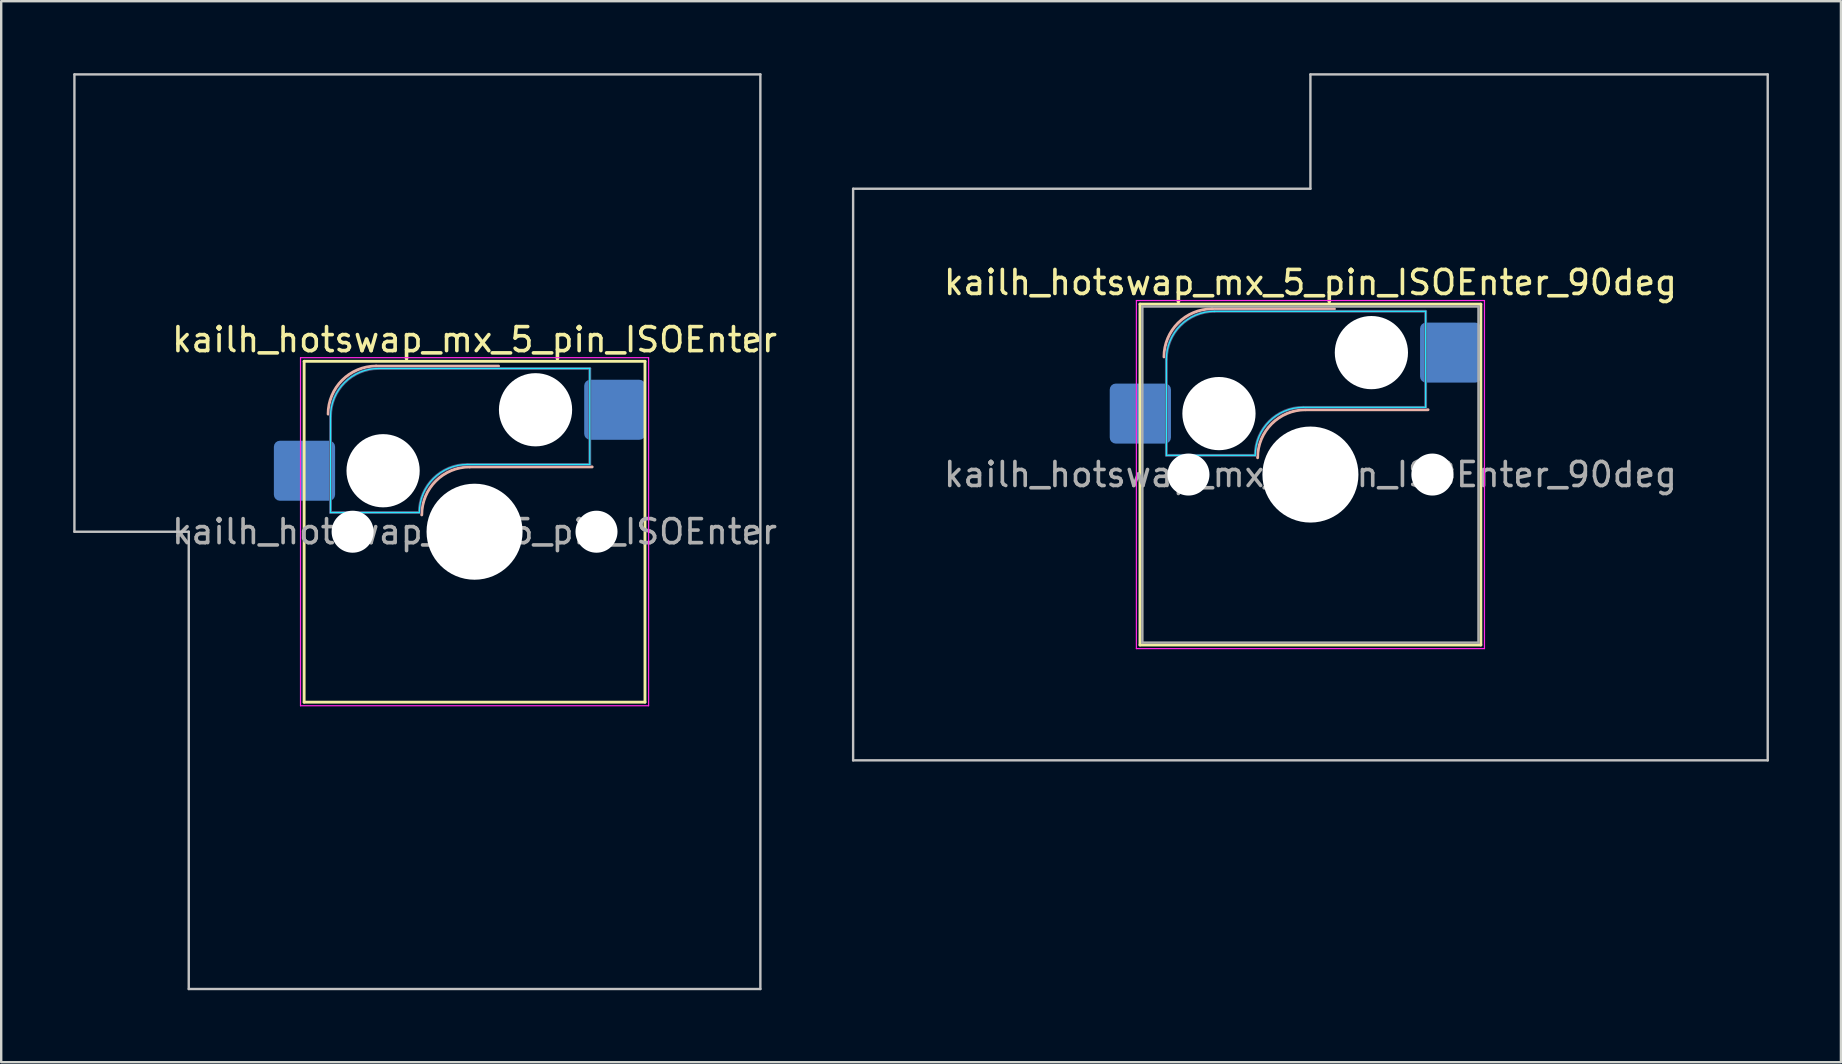
<source format=kicad_pcb>
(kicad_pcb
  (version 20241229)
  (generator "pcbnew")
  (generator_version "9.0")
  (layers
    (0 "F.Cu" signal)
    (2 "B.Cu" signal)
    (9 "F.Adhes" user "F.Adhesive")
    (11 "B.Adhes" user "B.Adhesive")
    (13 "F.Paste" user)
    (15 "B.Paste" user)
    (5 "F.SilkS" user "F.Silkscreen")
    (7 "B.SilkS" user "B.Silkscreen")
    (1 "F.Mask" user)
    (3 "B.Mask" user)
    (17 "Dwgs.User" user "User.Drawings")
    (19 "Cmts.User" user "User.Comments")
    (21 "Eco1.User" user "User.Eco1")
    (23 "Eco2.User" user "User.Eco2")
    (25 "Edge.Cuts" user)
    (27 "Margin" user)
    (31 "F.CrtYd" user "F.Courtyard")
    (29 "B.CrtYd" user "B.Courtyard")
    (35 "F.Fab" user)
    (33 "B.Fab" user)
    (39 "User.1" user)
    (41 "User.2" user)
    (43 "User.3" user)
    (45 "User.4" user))
  (footprint "kailh_hotswap_mx_5_pin_ISOEnter_90deg"
    (layer "F.Cu")
    (at 51.539 16.719)
    (property "Reference" "kailh_hotswap_mx_5_pin_ISOEnter_90deg" (at 0 -8 0) (layer "F.SilkS") (effects (font (size 1 1) (thickness 0.15))))
    (attr smd)
    (fp_line (start -7.1 -7.1) (end -7.1 7.1) (stroke (width 0.12) (type solid)) (layer "F.SilkS"))
    (fp_line (start -7.1 7.1) (end 7.1 7.1) (stroke (width 0.12) (type solid)) (layer "F.SilkS"))
    (fp_line (start 7.1 -7.1) (end -7.1 -7.1) (stroke (width 0.12) (type solid)) (layer "F.SilkS"))
    (fp_line (start 7.1 7.1) (end 7.1 -7.1) (stroke (width 0.12) (type solid)) (layer "F.SilkS"))
    (fp_line (start -4.1 -6.9) (end 1 -6.9) (stroke (width 0.12) (type solid)) (layer "B.SilkS"))
    (fp_line (start -0.2 -2.7) (end 4.9 -2.7) (stroke (width 0.12) (type solid)) (layer "B.SilkS"))
    (fp_arc (start -6.1 -4.9) (mid -5.514214 -6.314214) (end -4.1 -6.9) (stroke (width 0.12) (type solid)) (layer "B.SilkS"))
    (fp_arc (start -2.2 -0.7) (mid -1.614214 -2.114214) (end -0.2 -2.7) (stroke (width 0.12) (type solid)) (layer "B.SilkS"))
    (fp_line (start -19.05 -11.906) (end -19.05 11.906) (stroke (width 0.1) (type solid)) (layer "Dwgs.User"))
    (fp_line (start -19.05 11.906) (end 19.05 11.906) (stroke (width 0.1) (type solid)) (layer "Dwgs.User"))
    (fp_line (start 0 -16.669) (end 0 -11.906) (stroke (width 0.1) (type solid)) (layer "Dwgs.User"))
    (fp_line (start 0 -11.906) (end -19.05 -11.906) (stroke (width 0.1) (type solid)) (layer "Dwgs.User"))
    (fp_line (start 19.05 -16.669) (end 0 -16.669) (stroke (width 0.1) (type solid)) (layer "Dwgs.User"))
    (fp_line (start 19.05 11.906) (end 19.05 -16.669) (stroke (width 0.1) (type solid)) (layer "Dwgs.User"))
    (fp_line (start -7.8 -6) (end -7 -6) (stroke (width 0.1) (type solid)) (layer "Eco1.User"))
    (fp_line (start -7.8 -2.9) (end -7.8 -6) (stroke (width 0.1) (type solid)) (layer "Eco1.User"))
    (fp_line (start -7.8 2.9) (end -7 2.9) (stroke (width 0.1) (type solid)) (layer "Eco1.User"))
    (fp_line (start -7.8 6) (end -7.8 2.9) (stroke (width 0.1) (type solid)) (layer "Eco1.User"))
    (fp_line (start -7 -7) (end 7 -7) (stroke (width 0.1) (type solid)) (layer "Eco1.User"))
    (fp_line (start -7 -6) (end -7 -7) (stroke (width 0.1) (type solid)) (layer "Eco1.User"))
    (fp_line (start -7 -2.9) (end -7.8 -2.9) (stroke (width 0.1) (type solid)) (layer "Eco1.User"))
    (fp_line (start -7 2.9) (end -7 -2.9) (stroke (width 0.1) (type solid)) (layer "Eco1.User"))
    (fp_line (start -7 6) (end -7.8 6) (stroke (width 0.1) (type solid)) (layer "Eco1.User"))
    (fp_line (start -7 7) (end -7 6) (stroke (width 0.1) (type solid)) (layer "Eco1.User"))
    (fp_line (start 7 -7) (end 7 -6) (stroke (width 0.1) (type solid)) (layer "Eco1.User"))
    (fp_line (start 7 -6) (end 7.8 -6) (stroke (width 0.1) (type solid)) (layer "Eco1.User"))
    (fp_line (start 7 -2.9) (end 7 2.9) (stroke (width 0.1) (type solid)) (layer "Eco1.User"))
    (fp_line (start 7 2.9) (end 7.8 2.9) (stroke (width 0.1) (type solid)) (layer "Eco1.User"))
    (fp_line (start 7 6) (end 7 7) (stroke (width 0.1) (type solid)) (layer "Eco1.User"))
    (fp_line (start 7 7) (end -7 7) (stroke (width 0.1) (type solid)) (layer "Eco1.User"))
    (fp_line (start 7.8 -6) (end 7.8 -2.9) (stroke (width 0.1) (type solid)) (layer "Eco1.User"))
    (fp_line (start 7.8 -2.9) (end 7 -2.9) (stroke (width 0.1) (type solid)) (layer "Eco1.User"))
    (fp_line (start 7.8 2.9) (end 7.8 6) (stroke (width 0.1) (type solid)) (layer "Eco1.User"))
    (fp_line (start 7.8 6) (end 7 6) (stroke (width 0.1) (type solid)) (layer "Eco1.User"))
    (fp_line (start -6 -0.8) (end -6 -4.8) (stroke (width 0.05) (type solid)) (layer "B.CrtYd"))
    (fp_line (start -6 -0.8) (end -2.3 -0.8) (stroke (width 0.05) (type solid)) (layer "B.CrtYd"))
    (fp_line (start -4 -6.8) (end 4.8 -6.8) (stroke (width 0.05) (type solid)) (layer "B.CrtYd"))
    (fp_line (start -0.3 -2.8) (end 4.8 -2.8) (stroke (width 0.05) (type solid)) (layer "B.CrtYd"))
    (fp_line (start 4.8 -6.8) (end 4.8 -2.8) (stroke (width 0.05) (type solid)) (layer "B.CrtYd"))
    (fp_arc (start -6 -4.8) (mid -5.414214 -6.214214) (end -4 -6.8) (stroke (width 0.05) (type solid)) (layer "B.CrtYd"))
    (fp_arc (start -2.3 -0.8) (mid -1.714214 -2.214214) (end -0.3 -2.8) (stroke (width 0.05) (type solid)) (layer "B.CrtYd"))
    (fp_line (start -7.25 -7.25) (end -7.25 7.25) (stroke (width 0.05) (type solid)) (layer "F.CrtYd"))
    (fp_line (start -7.25 7.25) (end 7.25 7.25) (stroke (width 0.05) (type solid)) (layer "F.CrtYd"))
    (fp_line (start 7.25 -7.25) (end -7.25 -7.25) (stroke (width 0.05) (type solid)) (layer "F.CrtYd"))
    (fp_line (start 7.25 7.25) (end 7.25 -7.25) (stroke (width 0.05) (type solid)) (layer "F.CrtYd"))
    (fp_line (start -6 -0.8) (end -6 -4.8) (stroke (width 0.12) (type solid)) (layer "B.Fab"))
    (fp_line (start -6 -0.8) (end -2.3 -0.8) (stroke (width 0.12) (type solid)) (layer "B.Fab"))
    (fp_line (start -4 -6.8) (end 4.8 -6.8) (stroke (width 0.12) (type solid)) (layer "B.Fab"))
    (fp_line (start -0.3 -2.8) (end 4.8 -2.8) (stroke (width 0.12) (type solid)) (layer "B.Fab"))
    (fp_line (start 4.8 -6.8) (end 4.8 -2.8) (stroke (width 0.12) (type solid)) (layer "B.Fab"))
    (fp_arc (start -6 -4.8) (mid -5.414214 -6.214214) (end -4 -6.8) (stroke (width 0.12) (type solid)) (layer "B.Fab"))
    (fp_arc (start -2.3 -0.8) (mid -1.714214 -2.214214) (end -0.3 -2.8) (stroke (width 0.12) (type solid)) (layer "B.Fab"))
    (fp_line (start -7 -7) (end -7 7) (stroke (width 0.1) (type solid)) (layer "F.Fab"))
    (fp_line (start -7 7) (end 7 7) (stroke (width 0.1) (type solid)) (layer "F.Fab"))
    (fp_line (start 7 -7) (end -7 -7) (stroke (width 0.1) (type solid)) (layer "F.Fab"))
    (fp_line (start 7 7) (end 7 -7) (stroke (width 0.1) (type solid)) (layer "F.Fab"))
    (fp_text user "${REFERENCE}" (at 0 0 0) (layer "F.Fab") (effects (font (size 1 1) (thickness 0.15))))
    (pad "" np_thru_hole circle (at -5.08 0) (size 1.75 1.75) (drill 1.75) (layers "*.Cu" "*.Mask"))
    (pad "" np_thru_hole circle (at -3.81 -2.54) (size 3.05 3.05) (drill 3.05) (layers "*.Cu" "*.Mask"))
    (pad "" np_thru_hole circle (at 0 0) (size 4 4) (drill 4) (layers "*.Cu" "*.Mask"))
    (pad "" np_thru_hole circle (at 2.54 -5.08) (size 3.05 3.05) (drill 3.05) (layers "*.Cu" "*.Mask"))
    (pad "" np_thru_hole circle (at 5.08 0) (size 1.75 1.75) (drill 1.75) (layers "*.Cu" "*.Mask"))
    (pad "1" smd roundrect (at -7.085 -2.54) (size 2.55 2.5) (layers "B.Cu" "B.Mask" "B.Paste") (roundrect_rratio 0.1))
    (pad "2" smd roundrect (at 5.842 -5.08) (size 2.55 2.5) (layers "B.Cu" "B.Mask" "B.Paste") (roundrect_rratio 0.1)))
  (footprint "kailh_hotswap_mx_5_pin_ISOEnter"
    (layer "F.Cu")
    (at 16.719 19.1)
    (property "Reference" "kailh_hotswap_mx_5_pin_ISOEnter" (at 0 -8 0) (layer "F.SilkS") (effects (font (size 1 1) (thickness 0.15))))
    (attr smd)
    (fp_line (start -7.1 -7.1) (end -7.1 7.1) (stroke (width 0.12) (type solid)) (layer "F.SilkS"))
    (fp_line (start -7.1 7.1) (end 7.1 7.1) (stroke (width 0.12) (type solid)) (layer "F.SilkS"))
    (fp_line (start 7.1 -7.1) (end -7.1 -7.1) (stroke (width 0.12) (type solid)) (layer "F.SilkS"))
    (fp_line (start 7.1 7.1) (end 7.1 -7.1) (stroke (width 0.12) (type solid)) (layer "F.SilkS"))
    (fp_line (start -4.1 -6.9) (end 1 -6.9) (stroke (width 0.12) (type solid)) (layer "B.SilkS"))
    (fp_line (start -0.2 -2.7) (end 4.9 -2.7) (stroke (width 0.12) (type solid)) (layer "B.SilkS"))
    (fp_arc (start -6.1 -4.9) (mid -5.514214 -6.314214) (end -4.1 -6.9) (stroke (width 0.12) (type solid)) (layer "B.SilkS"))
    (fp_arc (start -2.2 -0.7) (mid -1.614214 -2.114214) (end -0.2 -2.7) (stroke (width 0.12) (type solid)) (layer "B.SilkS"))
    (fp_line (start -16.669 -19.05) (end -16.669 0) (stroke (width 0.1) (type solid)) (layer "Dwgs.User"))
    (fp_line (start -16.669 0) (end -11.906 0) (stroke (width 0.1) (type solid)) (layer "Dwgs.User"))
    (fp_line (start -11.906 0) (end -11.906 19.05) (stroke (width 0.1) (type solid)) (layer "Dwgs.User"))
    (fp_line (start -11.906 19.05) (end 11.906 19.05) (stroke (width 0.1) (type solid)) (layer "Dwgs.User"))
    (fp_line (start 11.906 -19.05) (end -16.669 -19.05) (stroke (width 0.1) (type solid)) (layer "Dwgs.User"))
    (fp_line (start 11.906 19.05) (end 11.906 -19.05) (stroke (width 0.1) (type solid)) (layer "Dwgs.User"))
    (fp_line (start -6 -0.8) (end -6 -4.8) (stroke (width 0.05) (type solid)) (layer "B.CrtYd"))
    (fp_line (start -6 -0.8) (end -2.3 -0.8) (stroke (width 0.05) (type solid)) (layer "B.CrtYd"))
    (fp_line (start -4 -6.8) (end 4.8 -6.8) (stroke (width 0.05) (type solid)) (layer "B.CrtYd"))
    (fp_line (start -0.3 -2.8) (end 4.8 -2.8) (stroke (width 0.05) (type solid)) (layer "B.CrtYd"))
    (fp_line (start 4.8 -6.8) (end 4.8 -2.8) (stroke (width 0.05) (type solid)) (layer "B.CrtYd"))
    (fp_arc (start -6 -4.8) (mid -5.414214 -6.214214) (end -4 -6.8) (stroke (width 0.05) (type solid)) (layer "B.CrtYd"))
    (fp_arc (start -2.3 -0.8) (mid -1.714214 -2.214214) (end -0.3 -2.8) (stroke (width 0.05) (type solid)) (layer "B.CrtYd"))
    (fp_line (start -7.25 -7.25) (end -7.25 7.25) (stroke (width 0.05) (type solid)) (layer "F.CrtYd"))
    (fp_line (start -7.25 7.25) (end 7.25 7.25) (stroke (width 0.05) (type solid)) (layer "F.CrtYd"))
    (fp_line (start 7.25 -7.25) (end -7.25 -7.25) (stroke (width 0.05) (type solid)) (layer "F.CrtYd"))
    (fp_line (start 7.25 7.25) (end 7.25 -7.25) (stroke (width 0.05) (type solid)) (layer "F.CrtYd"))
    (fp_line (start -6 -0.8) (end -6 -4.8) (stroke (width 0.12) (type solid)) (layer "B.Fab"))
    (fp_line (start -6 -0.8) (end -2.3 -0.8) (stroke (width 0.12) (type solid)) (layer "B.Fab"))
    (fp_line (start -4 -6.8) (end 4.8 -6.8) (stroke (width 0.12) (type solid)) (layer "B.Fab"))
    (fp_line (start -0.3 -2.8) (end 4.8 -2.8) (stroke (width 0.12) (type solid)) (layer "B.Fab"))
    (fp_line (start 4.8 -6.8) (end 4.8 -2.8) (stroke (width 0.12) (type solid)) (layer "B.Fab"))
    (fp_arc (start -6 -4.8) (mid -5.414214 -6.214214) (end -4 -6.8) (stroke (width 0.12) (type solid)) (layer "B.Fab"))
    (fp_arc (start -2.3 -0.8) (mid -1.714214 -2.214214) (end -0.3 -2.8) (stroke (width 0.12) (type solid)) (layer "B.Fab"))
    (fp_text user "${REFERENCE}" (at 0 0 0) (layer "F.Fab") (effects (font (size 1 1) (thickness 0.15))))
    (pad "" np_thru_hole circle (at -5.08 0) (size 1.75 1.75) (drill 1.75) (layers "*.Cu" "*.Mask"))
    (pad "" np_thru_hole circle (at -3.81 -2.54) (size 3.05 3.05) (drill 3.05) (layers "*.Cu" "*.Mask"))
    (pad "" np_thru_hole circle (at 0 0) (size 4 4) (drill 4) (layers "*.Cu" "*.Mask"))
    (pad "" np_thru_hole circle (at 2.54 -5.08) (size 3.05 3.05) (drill 3.05) (layers "*.Cu" "*.Mask"))
    (pad "" np_thru_hole circle (at 5.08 0) (size 1.75 1.75) (drill 1.75) (layers "*.Cu" "*.Mask"))
    (pad "1" smd roundrect (at -7.085 -2.54) (size 2.55 2.5) (layers "B.Cu" "B.Mask" "B.Paste") (roundrect_rratio 0.1))
    (pad "2" smd roundrect (at 5.842 -5.08) (size 2.55 2.5) (layers "B.Cu" "B.Mask" "B.Paste") (roundrect_rratio 0.1)))
  (gr_rect
    (start -3 -3)
    (end 73.639 41.2)
    (stroke (width 0.1) (type default))
    (fill no)
    (layer "Edge.Cuts")))
</source>
